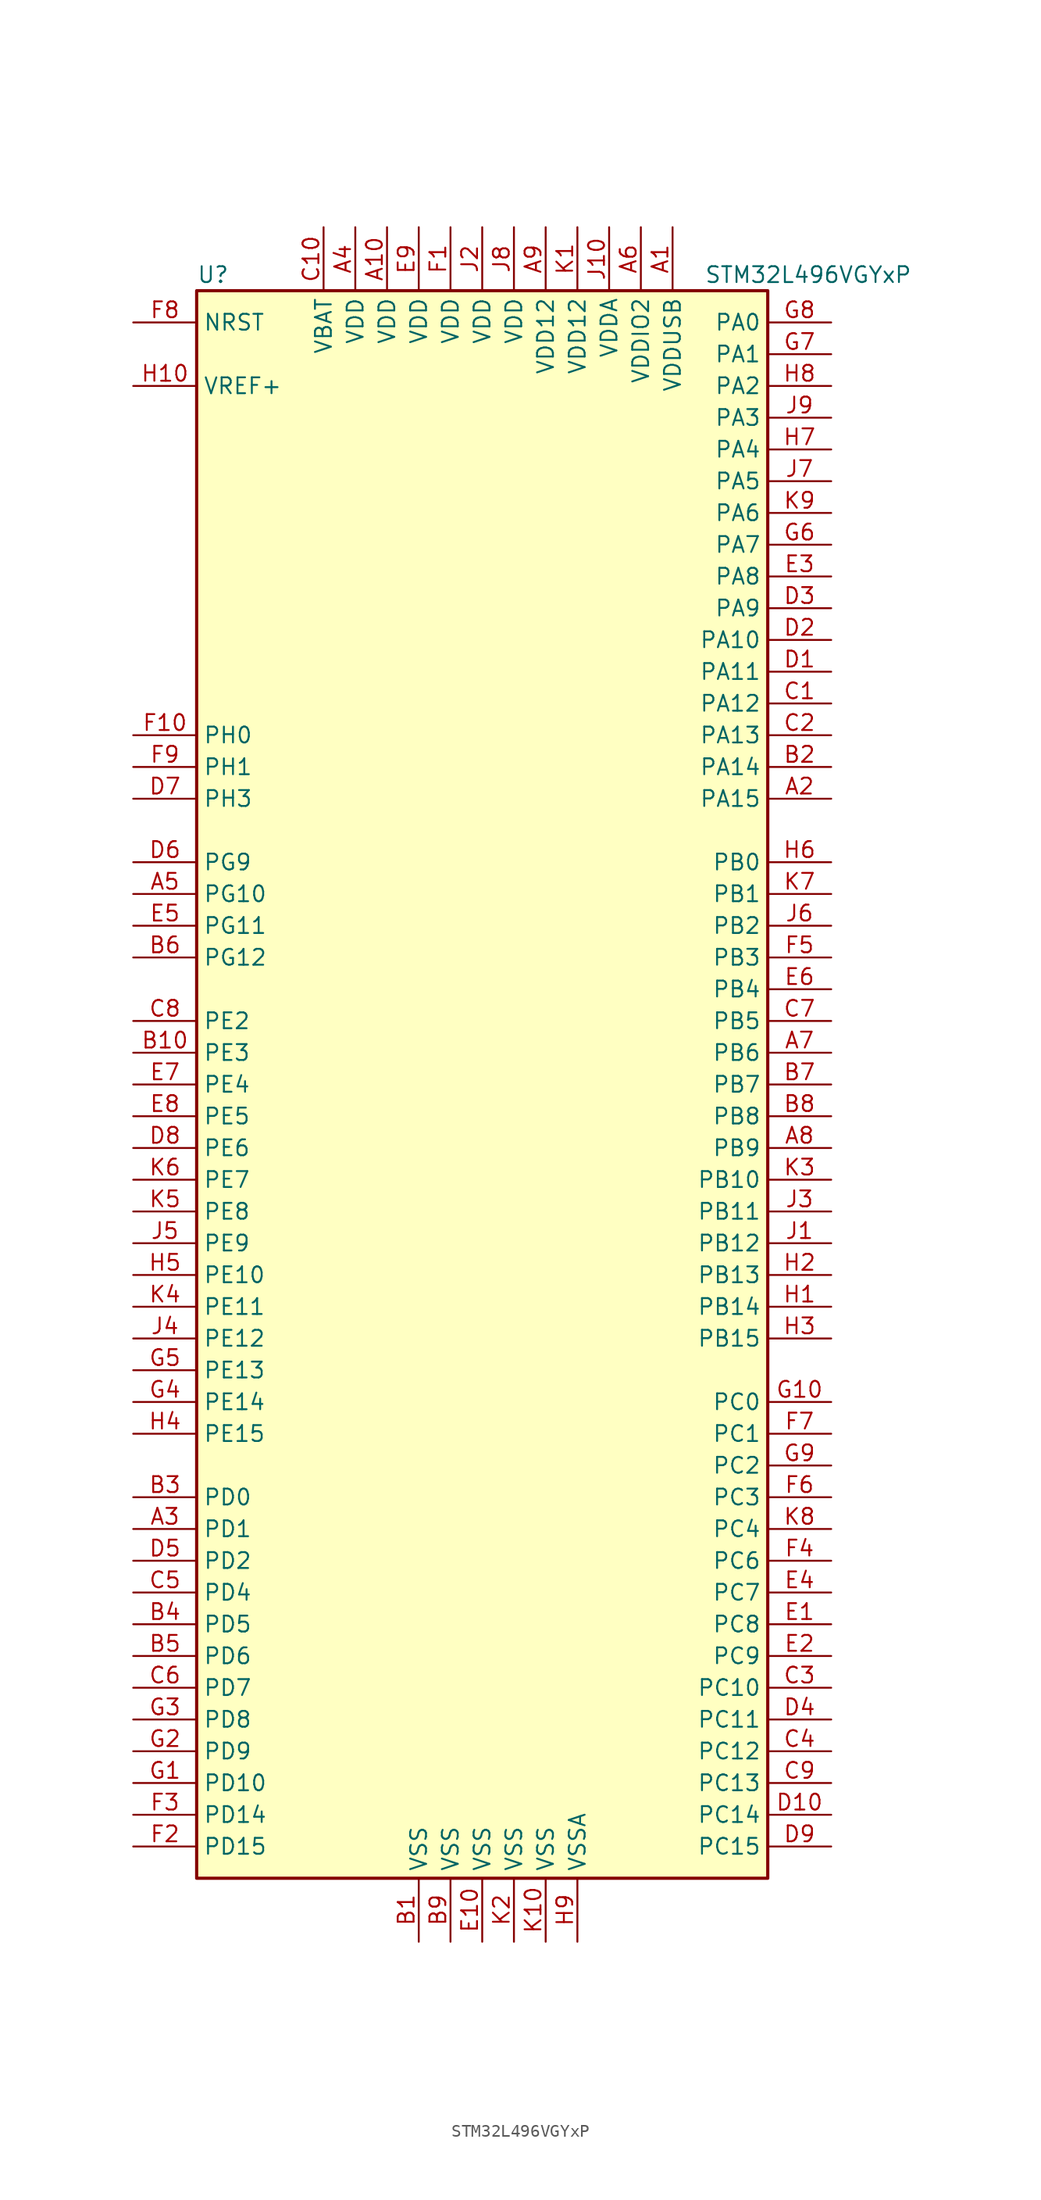
<source format=kicad_sym>
(kicad_symbol_lib
  (version 20211014)
  (generator kicad_symbol_editor)
  (symbol "STM32L496VGYxP"
    (property "Reference" "U"
      (at -22.86 64.77 0)
      (effects (font (size 1.27 1.27)) (justify left)))
    (property "Value" "STM32L496VGYxP"
      (at 17.78 64.77 0)
      (effects (font (size 1.27 1.27)) (justify left)))
    (symbol "STM32L496VGYxP_0_1"
      (rectangle (start -22.86 -63.5) (end 22.86 63.5) (stroke (width 0.254) (type default) (color 0 0 0 0)) (fill (type background))))
    (symbol "STM32L496VGYxP_1_1"
      (pin power_in line (at 15.24 68.58 270) (length 5.08) (name "VDDUSB" (effects (font (size 1.27 1.27)))) (number "A1" (effects (font (size 1.27 1.27)))))
      (pin power_in line (at -7.62 68.58 270) (length 5.08) (name "VDD" (effects (font (size 1.27 1.27)))) (number "A10" (effects (font (size 1.27 1.27)))))
      (pin bidirectional line (at 27.94 22.86 180) (length 5.08) (name "PA15" (effects (font (size 1.27 1.27)))) (number "A2" (effects (font (size 1.27 1.27)))))
      (pin bidirectional line (at -27.94 -35.56 0) (length 5.08) (name "PD1" (effects (font (size 1.27 1.27)))) (number "A3" (effects (font (size 1.27 1.27)))))
      (pin power_in line (at -10.16 68.58 270) (length 5.08) (name "VDD" (effects (font (size 1.27 1.27)))) (number "A4" (effects (font (size 1.27 1.27)))))
      (pin bidirectional line (at -27.94 15.24 0) (length 5.08) (name "PG10" (effects (font (size 1.27 1.27)))) (number "A5" (effects (font (size 1.27 1.27)))))
      (pin power_in line (at 12.7 68.58 270) (length 5.08) (name "VDDIO2" (effects (font (size 1.27 1.27)))) (number "A6" (effects (font (size 1.27 1.27)))))
      (pin bidirectional line (at 27.94 2.54 180) (length 5.08) (name "PB6" (effects (font (size 1.27 1.27)))) (number "A7" (effects (font (size 1.27 1.27)))))
      (pin bidirectional line (at 27.94 -5.08 180) (length 5.08) (name "PB9" (effects (font (size 1.27 1.27)))) (number "A8" (effects (font (size 1.27 1.27)))))
      (pin power_in line (at 5.08 68.58 270) (length 5.08) (name "VDD12" (effects (font (size 1.27 1.27)))) (number "A9" (effects (font (size 1.27 1.27)))))
      (pin power_in line (at -5.08 -68.58 90) (length 5.08) (name "VSS" (effects (font (size 1.27 1.27)))) (number "B1" (effects (font (size 1.27 1.27)))))
      (pin bidirectional line (at -27.94 2.54 0) (length 5.08) (name "PE3" (effects (font (size 1.27 1.27)))) (number "B10" (effects (font (size 1.27 1.27)))))
      (pin bidirectional line (at 27.94 25.4 180) (length 5.08) (name "PA14" (effects (font (size 1.27 1.27)))) (number "B2" (effects (font (size 1.27 1.27)))))
      (pin bidirectional line (at -27.94 -33.02 0) (length 5.08) (name "PD0" (effects (font (size 1.27 1.27)))) (number "B3" (effects (font (size 1.27 1.27)))))
      (pin bidirectional line (at -27.94 -43.18 0) (length 5.08) (name "PD5" (effects (font (size 1.27 1.27)))) (number "B4" (effects (font (size 1.27 1.27)))))
      (pin bidirectional line (at -27.94 -45.72 0) (length 5.08) (name "PD6" (effects (font (size 1.27 1.27)))) (number "B5" (effects (font (size 1.27 1.27)))))
      (pin bidirectional line (at -27.94 10.16 0) (length 5.08) (name "PG12" (effects (font (size 1.27 1.27)))) (number "B6" (effects (font (size 1.27 1.27)))))
      (pin bidirectional line (at 27.94 0 180) (length 5.08) (name "PB7" (effects (font (size 1.27 1.27)))) (number "B7" (effects (font (size 1.27 1.27)))))
      (pin bidirectional line (at 27.94 -2.54 180) (length 5.08) (name "PB8" (effects (font (size 1.27 1.27)))) (number "B8" (effects (font (size 1.27 1.27)))))
      (pin power_in line (at -2.54 -68.58 90) (length 5.08) (name "VSS" (effects (font (size 1.27 1.27)))) (number "B9" (effects (font (size 1.27 1.27)))))
      (pin bidirectional line (at 27.94 30.48 180) (length 5.08) (name "PA12" (effects (font (size 1.27 1.27)))) (number "C1" (effects (font (size 1.27 1.27)))))
      (pin power_in line (at -12.7 68.58 270) (length 5.08) (name "VBAT" (effects (font (size 1.27 1.27)))) (number "C10" (effects (font (size 1.27 1.27)))))
      (pin bidirectional line (at 27.94 27.94 180) (length 5.08) (name "PA13" (effects (font (size 1.27 1.27)))) (number "C2" (effects (font (size 1.27 1.27)))))
      (pin bidirectional line (at 27.94 -48.26 180) (length 5.08) (name "PC10" (effects (font (size 1.27 1.27)))) (number "C3" (effects (font (size 1.27 1.27)))))
      (pin bidirectional line (at 27.94 -53.34 180) (length 5.08) (name "PC12" (effects (font (size 1.27 1.27)))) (number "C4" (effects (font (size 1.27 1.27)))))
      (pin bidirectional line (at -27.94 -40.64 0) (length 5.08) (name "PD4" (effects (font (size 1.27 1.27)))) (number "C5" (effects (font (size 1.27 1.27)))))
      (pin bidirectional line (at -27.94 -48.26 0) (length 5.08) (name "PD7" (effects (font (size 1.27 1.27)))) (number "C6" (effects (font (size 1.27 1.27)))))
      (pin bidirectional line (at 27.94 5.08 180) (length 5.08) (name "PB5" (effects (font (size 1.27 1.27)))) (number "C7" (effects (font (size 1.27 1.27)))))
      (pin bidirectional line (at -27.94 5.08 0) (length 5.08) (name "PE2" (effects (font (size 1.27 1.27)))) (number "C8" (effects (font (size 1.27 1.27)))))
      (pin bidirectional line (at 27.94 -55.88 180) (length 5.08) (name "PC13" (effects (font (size 1.27 1.27)))) (number "C9" (effects (font (size 1.27 1.27)))))
      (pin bidirectional line (at 27.94 33.02 180) (length 5.08) (name "PA11" (effects (font (size 1.27 1.27)))) (number "D1" (effects (font (size 1.27 1.27)))))
      (pin bidirectional line (at 27.94 -58.42 180) (length 5.08) (name "PC14" (effects (font (size 1.27 1.27)))) (number "D10" (effects (font (size 1.27 1.27)))))
      (pin bidirectional line (at 27.94 35.56 180) (length 5.08) (name "PA10" (effects (font (size 1.27 1.27)))) (number "D2" (effects (font (size 1.27 1.27)))))
      (pin bidirectional line (at 27.94 38.1 180) (length 5.08) (name "PA9" (effects (font (size 1.27 1.27)))) (number "D3" (effects (font (size 1.27 1.27)))))
      (pin bidirectional line (at 27.94 -50.8 180) (length 5.08) (name "PC11" (effects (font (size 1.27 1.27)))) (number "D4" (effects (font (size 1.27 1.27)))))
      (pin bidirectional line (at -27.94 -38.1 0) (length 5.08) (name "PD2" (effects (font (size 1.27 1.27)))) (number "D5" (effects (font (size 1.27 1.27)))))
      (pin bidirectional line (at -27.94 17.78 0) (length 5.08) (name "PG9" (effects (font (size 1.27 1.27)))) (number "D6" (effects (font (size 1.27 1.27)))))
      (pin bidirectional line (at -27.94 22.86 0) (length 5.08) (name "PH3" (effects (font (size 1.27 1.27)))) (number "D7" (effects (font (size 1.27 1.27)))))
      (pin bidirectional line (at -27.94 -5.08 0) (length 5.08) (name "PE6" (effects (font (size 1.27 1.27)))) (number "D8" (effects (font (size 1.27 1.27)))))
      (pin bidirectional line (at 27.94 -60.96 180) (length 5.08) (name "PC15" (effects (font (size 1.27 1.27)))) (number "D9" (effects (font (size 1.27 1.27)))))
      (pin bidirectional line (at 27.94 -43.18 180) (length 5.08) (name "PC8" (effects (font (size 1.27 1.27)))) (number "E1" (effects (font (size 1.27 1.27)))))
      (pin power_in line (at 0 -68.58 90) (length 5.08) (name "VSS" (effects (font (size 1.27 1.27)))) (number "E10" (effects (font (size 1.27 1.27)))))
      (pin bidirectional line (at 27.94 -45.72 180) (length 5.08) (name "PC9" (effects (font (size 1.27 1.27)))) (number "E2" (effects (font (size 1.27 1.27)))))
      (pin bidirectional line (at 27.94 40.64 180) (length 5.08) (name "PA8" (effects (font (size 1.27 1.27)))) (number "E3" (effects (font (size 1.27 1.27)))))
      (pin bidirectional line (at 27.94 -40.64 180) (length 5.08) (name "PC7" (effects (font (size 1.27 1.27)))) (number "E4" (effects (font (size 1.27 1.27)))))
      (pin bidirectional line (at -27.94 12.7 0) (length 5.08) (name "PG11" (effects (font (size 1.27 1.27)))) (number "E5" (effects (font (size 1.27 1.27)))))
      (pin bidirectional line (at 27.94 7.62 180) (length 5.08) (name "PB4" (effects (font (size 1.27 1.27)))) (number "E6" (effects (font (size 1.27 1.27)))))
      (pin bidirectional line (at -27.94 0 0) (length 5.08) (name "PE4" (effects (font (size 1.27 1.27)))) (number "E7" (effects (font (size 1.27 1.27)))))
      (pin bidirectional line (at -27.94 -2.54 0) (length 5.08) (name "PE5" (effects (font (size 1.27 1.27)))) (number "E8" (effects (font (size 1.27 1.27)))))
      (pin power_in line (at -5.08 68.58 270) (length 5.08) (name "VDD" (effects (font (size 1.27 1.27)))) (number "E9" (effects (font (size 1.27 1.27)))))
      (pin power_in line (at -2.54 68.58 270) (length 5.08) (name "VDD" (effects (font (size 1.27 1.27)))) (number "F1" (effects (font (size 1.27 1.27)))))
      (pin input line (at -27.94 27.94 0) (length 5.08) (name "PH0" (effects (font (size 1.27 1.27)))) (number "F10" (effects (font (size 1.27 1.27)))))
      (pin bidirectional line (at -27.94 -60.96 0) (length 5.08) (name "PD15" (effects (font (size 1.27 1.27)))) (number "F2" (effects (font (size 1.27 1.27)))))
      (pin bidirectional line (at -27.94 -58.42 0) (length 5.08) (name "PD14" (effects (font (size 1.27 1.27)))) (number "F3" (effects (font (size 1.27 1.27)))))
      (pin bidirectional line (at 27.94 -38.1 180) (length 5.08) (name "PC6" (effects (font (size 1.27 1.27)))) (number "F4" (effects (font (size 1.27 1.27)))))
      (pin bidirectional line (at 27.94 10.16 180) (length 5.08) (name "PB3" (effects (font (size 1.27 1.27)))) (number "F5" (effects (font (size 1.27 1.27)))))
      (pin bidirectional line (at 27.94 -33.02 180) (length 5.08) (name "PC3" (effects (font (size 1.27 1.27)))) (number "F6" (effects (font (size 1.27 1.27)))))
      (pin bidirectional line (at 27.94 -27.94 180) (length 5.08) (name "PC1" (effects (font (size 1.27 1.27)))) (number "F7" (effects (font (size 1.27 1.27)))))
      (pin input line (at -27.94 60.96 0) (length 5.08) (name "NRST" (effects (font (size 1.27 1.27)))) (number "F8" (effects (font (size 1.27 1.27)))))
      (pin input line (at -27.94 25.4 0) (length 5.08) (name "PH1" (effects (font (size 1.27 1.27)))) (number "F9" (effects (font (size 1.27 1.27)))))
      (pin bidirectional line (at -27.94 -55.88 0) (length 5.08) (name "PD10" (effects (font (size 1.27 1.27)))) (number "G1" (effects (font (size 1.27 1.27)))))
      (pin bidirectional line (at 27.94 -25.4 180) (length 5.08) (name "PC0" (effects (font (size 1.27 1.27)))) (number "G10" (effects (font (size 1.27 1.27)))))
      (pin bidirectional line (at -27.94 -53.34 0) (length 5.08) (name "PD9" (effects (font (size 1.27 1.27)))) (number "G2" (effects (font (size 1.27 1.27)))))
      (pin bidirectional line (at -27.94 -50.8 0) (length 5.08) (name "PD8" (effects (font (size 1.27 1.27)))) (number "G3" (effects (font (size 1.27 1.27)))))
      (pin bidirectional line (at -27.94 -25.4 0) (length 5.08) (name "PE14" (effects (font (size 1.27 1.27)))) (number "G4" (effects (font (size 1.27 1.27)))))
      (pin bidirectional line (at -27.94 -22.86 0) (length 5.08) (name "PE13" (effects (font (size 1.27 1.27)))) (number "G5" (effects (font (size 1.27 1.27)))))
      (pin bidirectional line (at 27.94 43.18 180) (length 5.08) (name "PA7" (effects (font (size 1.27 1.27)))) (number "G6" (effects (font (size 1.27 1.27)))))
      (pin bidirectional line (at 27.94 58.42 180) (length 5.08) (name "PA1" (effects (font (size 1.27 1.27)))) (number "G7" (effects (font (size 1.27 1.27)))))
      (pin bidirectional line (at 27.94 60.96 180) (length 5.08) (name "PA0" (effects (font (size 1.27 1.27)))) (number "G8" (effects (font (size 1.27 1.27)))))
      (pin bidirectional line (at 27.94 -30.48 180) (length 5.08) (name "PC2" (effects (font (size 1.27 1.27)))) (number "G9" (effects (font (size 1.27 1.27)))))
      (pin bidirectional line (at 27.94 -17.78 180) (length 5.08) (name "PB14" (effects (font (size 1.27 1.27)))) (number "H1" (effects (font (size 1.27 1.27)))))
      (pin bidirectional line (at -27.94 55.88 0) (length 5.08) (name "VREF+" (effects (font (size 1.27 1.27)))) (number "H10" (effects (font (size 1.27 1.27)))))
      (pin bidirectional line (at 27.94 -15.24 180) (length 5.08) (name "PB13" (effects (font (size 1.27 1.27)))) (number "H2" (effects (font (size 1.27 1.27)))))
      (pin bidirectional line (at 27.94 -20.32 180) (length 5.08) (name "PB15" (effects (font (size 1.27 1.27)))) (number "H3" (effects (font (size 1.27 1.27)))))
      (pin bidirectional line (at -27.94 -27.94 0) (length 5.08) (name "PE15" (effects (font (size 1.27 1.27)))) (number "H4" (effects (font (size 1.27 1.27)))))
      (pin bidirectional line (at -27.94 -15.24 0) (length 5.08) (name "PE10" (effects (font (size 1.27 1.27)))) (number "H5" (effects (font (size 1.27 1.27)))))
      (pin bidirectional line (at 27.94 17.78 180) (length 5.08) (name "PB0" (effects (font (size 1.27 1.27)))) (number "H6" (effects (font (size 1.27 1.27)))))
      (pin bidirectional line (at 27.94 50.8 180) (length 5.08) (name "PA4" (effects (font (size 1.27 1.27)))) (number "H7" (effects (font (size 1.27 1.27)))))
      (pin bidirectional line (at 27.94 55.88 180) (length 5.08) (name "PA2" (effects (font (size 1.27 1.27)))) (number "H8" (effects (font (size 1.27 1.27)))))
      (pin power_in line (at 7.62 -68.58 90) (length 5.08) (name "VSSA" (effects (font (size 1.27 1.27)))) (number "H9" (effects (font (size 1.27 1.27)))))
      (pin bidirectional line (at 27.94 -12.7 180) (length 5.08) (name "PB12" (effects (font (size 1.27 1.27)))) (number "J1" (effects (font (size 1.27 1.27)))))
      (pin power_in line (at 10.16 68.58 270) (length 5.08) (name "VDDA" (effects (font (size 1.27 1.27)))) (number "J10" (effects (font (size 1.27 1.27)))))
      (pin power_in line (at 0 68.58 270) (length 5.08) (name "VDD" (effects (font (size 1.27 1.27)))) (number "J2" (effects (font (size 1.27 1.27)))))
      (pin bidirectional line (at 27.94 -10.16 180) (length 5.08) (name "PB11" (effects (font (size 1.27 1.27)))) (number "J3" (effects (font (size 1.27 1.27)))))
      (pin bidirectional line (at -27.94 -20.32 0) (length 5.08) (name "PE12" (effects (font (size 1.27 1.27)))) (number "J4" (effects (font (size 1.27 1.27)))))
      (pin bidirectional line (at -27.94 -12.7 0) (length 5.08) (name "PE9" (effects (font (size 1.27 1.27)))) (number "J5" (effects (font (size 1.27 1.27)))))
      (pin bidirectional line (at 27.94 12.7 180) (length 5.08) (name "PB2" (effects (font (size 1.27 1.27)))) (number "J6" (effects (font (size 1.27 1.27)))))
      (pin bidirectional line (at 27.94 48.26 180) (length 5.08) (name "PA5" (effects (font (size 1.27 1.27)))) (number "J7" (effects (font (size 1.27 1.27)))))
      (pin power_in line (at 2.54 68.58 270) (length 5.08) (name "VDD" (effects (font (size 1.27 1.27)))) (number "J8" (effects (font (size 1.27 1.27)))))
      (pin bidirectional line (at 27.94 53.34 180) (length 5.08) (name "PA3" (effects (font (size 1.27 1.27)))) (number "J9" (effects (font (size 1.27 1.27)))))
      (pin power_in line (at 7.62 68.58 270) (length 5.08) (name "VDD12" (effects (font (size 1.27 1.27)))) (number "K1" (effects (font (size 1.27 1.27)))))
      (pin power_in line (at 5.08 -68.58 90) (length 5.08) (name "VSS" (effects (font (size 1.27 1.27)))) (number "K10" (effects (font (size 1.27 1.27)))))
      (pin power_in line (at 2.54 -68.58 90) (length 5.08) (name "VSS" (effects (font (size 1.27 1.27)))) (number "K2" (effects (font (size 1.27 1.27)))))
      (pin bidirectional line (at 27.94 -7.62 180) (length 5.08) (name "PB10" (effects (font (size 1.27 1.27)))) (number "K3" (effects (font (size 1.27 1.27)))))
      (pin bidirectional line (at -27.94 -17.78 0) (length 5.08) (name "PE11" (effects (font (size 1.27 1.27)))) (number "K4" (effects (font (size 1.27 1.27)))))
      (pin bidirectional line (at -27.94 -10.16 0) (length 5.08) (name "PE8" (effects (font (size 1.27 1.27)))) (number "K5" (effects (font (size 1.27 1.27)))))
      (pin bidirectional line (at -27.94 -7.62 0) (length 5.08) (name "PE7" (effects (font (size 1.27 1.27)))) (number "K6" (effects (font (size 1.27 1.27)))))
      (pin bidirectional line (at 27.94 15.24 180) (length 5.08) (name "PB1" (effects (font (size 1.27 1.27)))) (number "K7" (effects (font (size 1.27 1.27)))))
      (pin bidirectional line (at 27.94 -35.56 180) (length 5.08) (name "PC4" (effects (font (size 1.27 1.27)))) (number "K8" (effects (font (size 1.27 1.27)))))
      (pin bidirectional line (at 27.94 45.72 180) (length 5.08) (name "PA6" (effects (font (size 1.27 1.27)))) (number "K9" (effects (font (size 1.27 1.27))))))))
</source>
